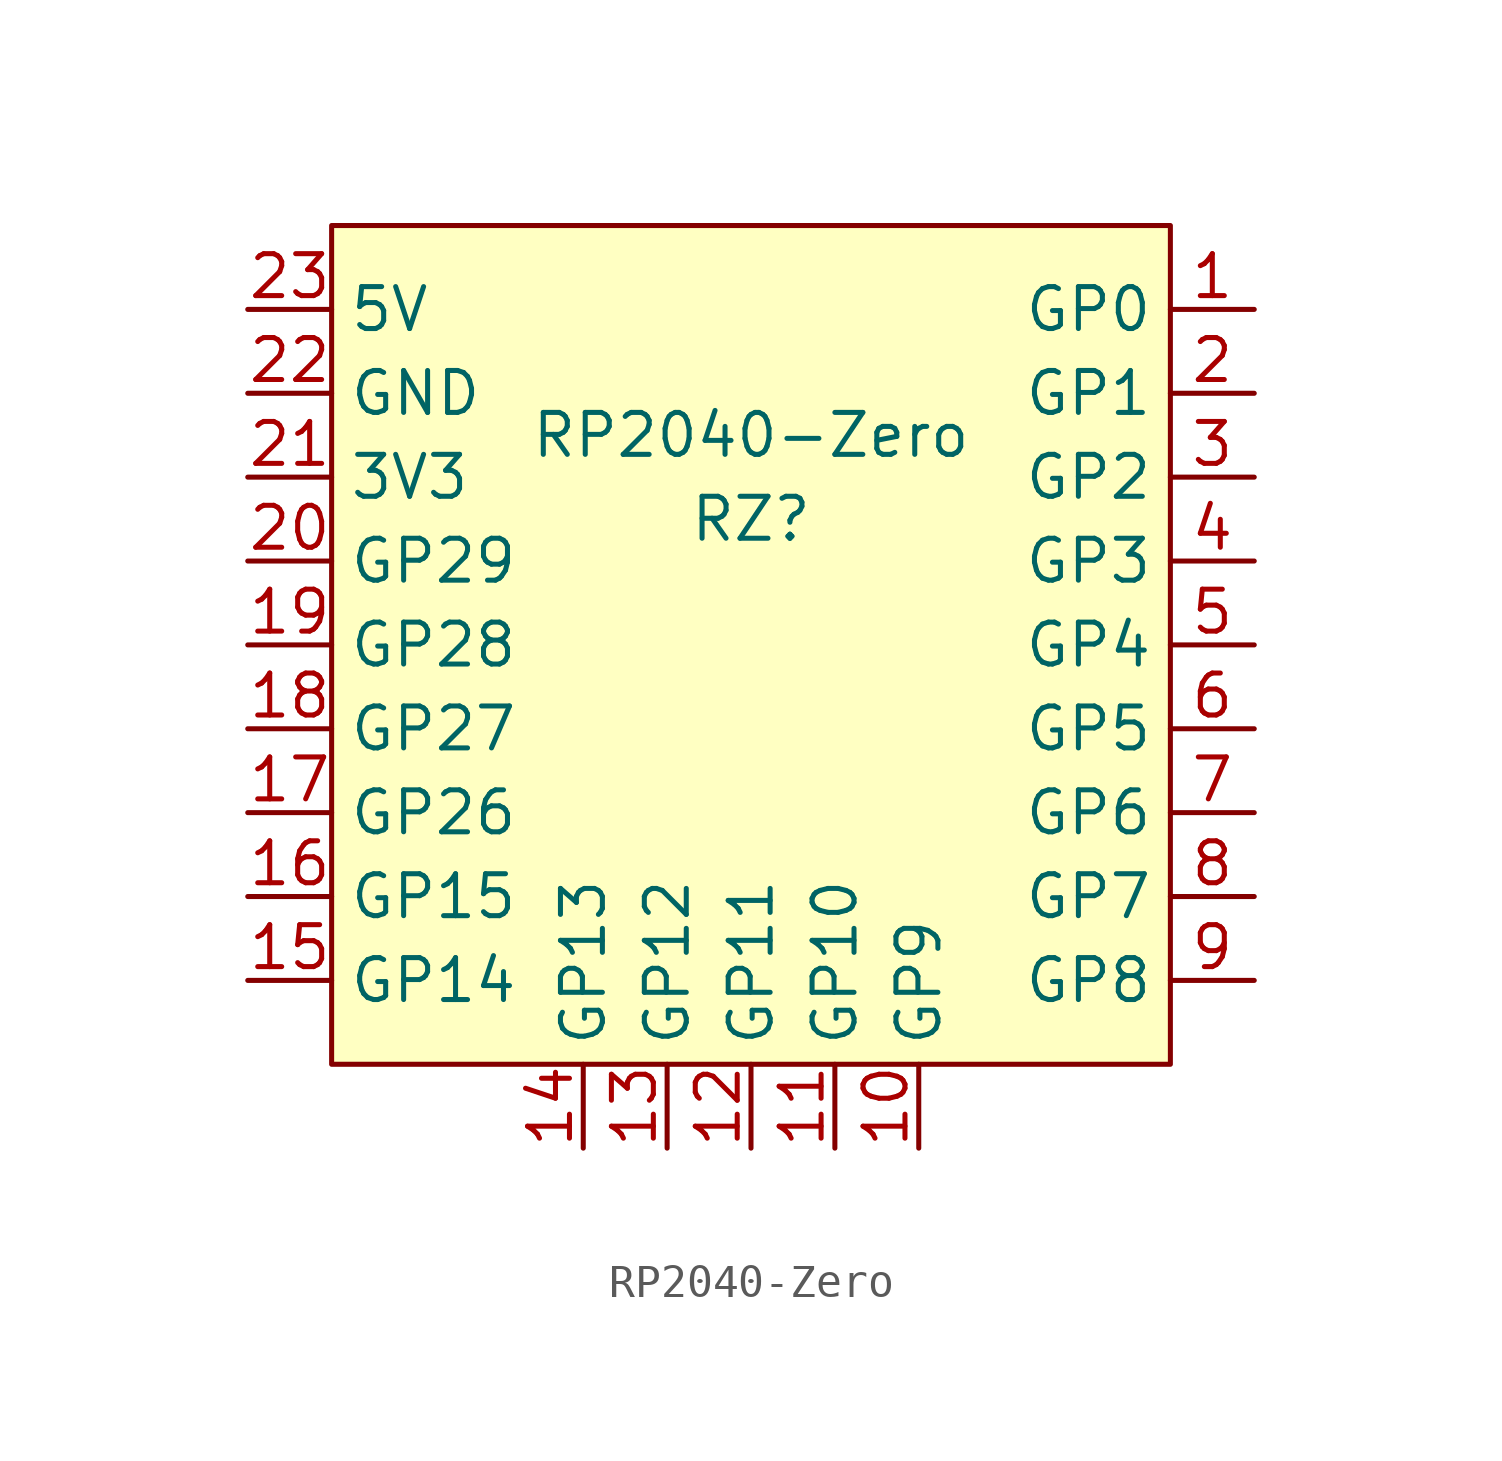
<source format=kicad_sym>
(kicad_symbol_lib
  (version 20220914)
  (generator kicad_symbol_editor)
  (symbol "RP2040-Zero"
    (property "Reference" "RZ"
      (at 0 5.08 0)
      (effects (font (size 1.27 1.27))))
    (property "Value" "RP2040-Zero"
      (at 0 7.62 0)
      (effects (font (size 1.27 1.27))))
    (symbol "RP2040-Zero_0_1"
      (rectangle (start -12.7 13.97) (end 12.7 -11.43) (stroke (width 0) (type default)) (fill (type background))))
    (symbol "RP2040-Zero_1_1"
      (pin bidirectional line (at 15.24 11.43 180) (length 2.54) (name "GP0" (effects (font (size 1.27 1.27)))) (number "1" (effects (font (size 1.27 1.27)))))
      (pin bidirectional line (at 5.08 -13.97 90) (length 2.54) (name "GP9" (effects (font (size 1.27 1.27)))) (number "10" (effects (font (size 1.27 1.27)))))
      (pin bidirectional line (at 2.54 -13.97 90) (length 2.54) (name "GP10" (effects (font (size 1.27 1.27)))) (number "11" (effects (font (size 1.27 1.27)))))
      (pin bidirectional line (at 0 -13.97 90) (length 2.54) (name "GP11" (effects (font (size 1.27 1.27)))) (number "12" (effects (font (size 1.27 1.27)))))
      (pin bidirectional line (at -2.54 -13.97 90) (length 2.54) (name "GP12" (effects (font (size 1.27 1.27)))) (number "13" (effects (font (size 1.27 1.27)))))
      (pin bidirectional line (at -5.08 -13.97 90) (length 2.54) (name "GP13" (effects (font (size 1.27 1.27)))) (number "14" (effects (font (size 1.27 1.27)))))
      (pin bidirectional line (at -15.24 -8.89 0) (length 2.54) (name "GP14" (effects (font (size 1.27 1.27)))) (number "15" (effects (font (size 1.27 1.27)))))
      (pin bidirectional line (at -15.24 -6.35 0) (length 2.54) (name "GP15" (effects (font (size 1.27 1.27)))) (number "16" (effects (font (size 1.27 1.27)))))
      (pin bidirectional line (at -15.24 -3.81 0) (length 2.54) (name "GP26" (effects (font (size 1.27 1.27)))) (number "17" (effects (font (size 1.27 1.27)))))
      (pin bidirectional line (at -15.24 -1.27 0) (length 2.54) (name "GP27" (effects (font (size 1.27 1.27)))) (number "18" (effects (font (size 1.27 1.27)))))
      (pin bidirectional line (at -15.24 1.27 0) (length 2.54) (name "GP28" (effects (font (size 1.27 1.27)))) (number "19" (effects (font (size 1.27 1.27)))))
      (pin bidirectional line (at 15.24 8.89 180) (length 2.54) (name "GP1" (effects (font (size 1.27 1.27)))) (number "2" (effects (font (size 1.27 1.27)))))
      (pin bidirectional line (at -15.24 3.81 0) (length 2.54) (name "GP29" (effects (font (size 1.27 1.27)))) (number "20" (effects (font (size 1.27 1.27)))))
      (pin power_in line (at -15.24 6.35 0) (length 2.54) (name "3V3" (effects (font (size 1.27 1.27)))) (number "21" (effects (font (size 1.27 1.27)))))
      (pin power_in line (at -15.24 8.89 0) (length 2.54) (name "GND" (effects (font (size 1.27 1.27)))) (number "22" (effects (font (size 1.27 1.27)))))
      (pin power_in line (at -15.24 11.43 0) (length 2.54) (name "5V" (effects (font (size 1.27 1.27)))) (number "23" (effects (font (size 1.27 1.27)))))
      (pin bidirectional line (at 15.24 6.35 180) (length 2.54) (name "GP2" (effects (font (size 1.27 1.27)))) (number "3" (effects (font (size 1.27 1.27)))))
      (pin bidirectional line (at 15.24 3.81 180) (length 2.54) (name "GP3" (effects (font (size 1.27 1.27)))) (number "4" (effects (font (size 1.27 1.27)))))
      (pin bidirectional line (at 15.24 1.27 180) (length 2.54) (name "GP4" (effects (font (size 1.27 1.27)))) (number "5" (effects (font (size 1.27 1.27)))))
      (pin bidirectional line (at 15.24 -1.27 180) (length 2.54) (name "GP5" (effects (font (size 1.27 1.27)))) (number "6" (effects (font (size 1.27 1.27)))))
      (pin bidirectional line (at 15.24 -3.81 180) (length 2.54) (name "GP6" (effects (font (size 1.27 1.27)))) (number "7" (effects (font (size 1.27 1.27)))))
      (pin bidirectional line (at 15.24 -6.35 180) (length 2.54) (name "GP7" (effects (font (size 1.27 1.27)))) (number "8" (effects (font (size 1.27 1.27)))))
      (pin bidirectional line (at 15.24 -8.89 180) (length 2.54) (name "GP8" (effects (font (size 1.27 1.27)))) (number "9" (effects (font (size 1.27 1.27))))))))
</source>
